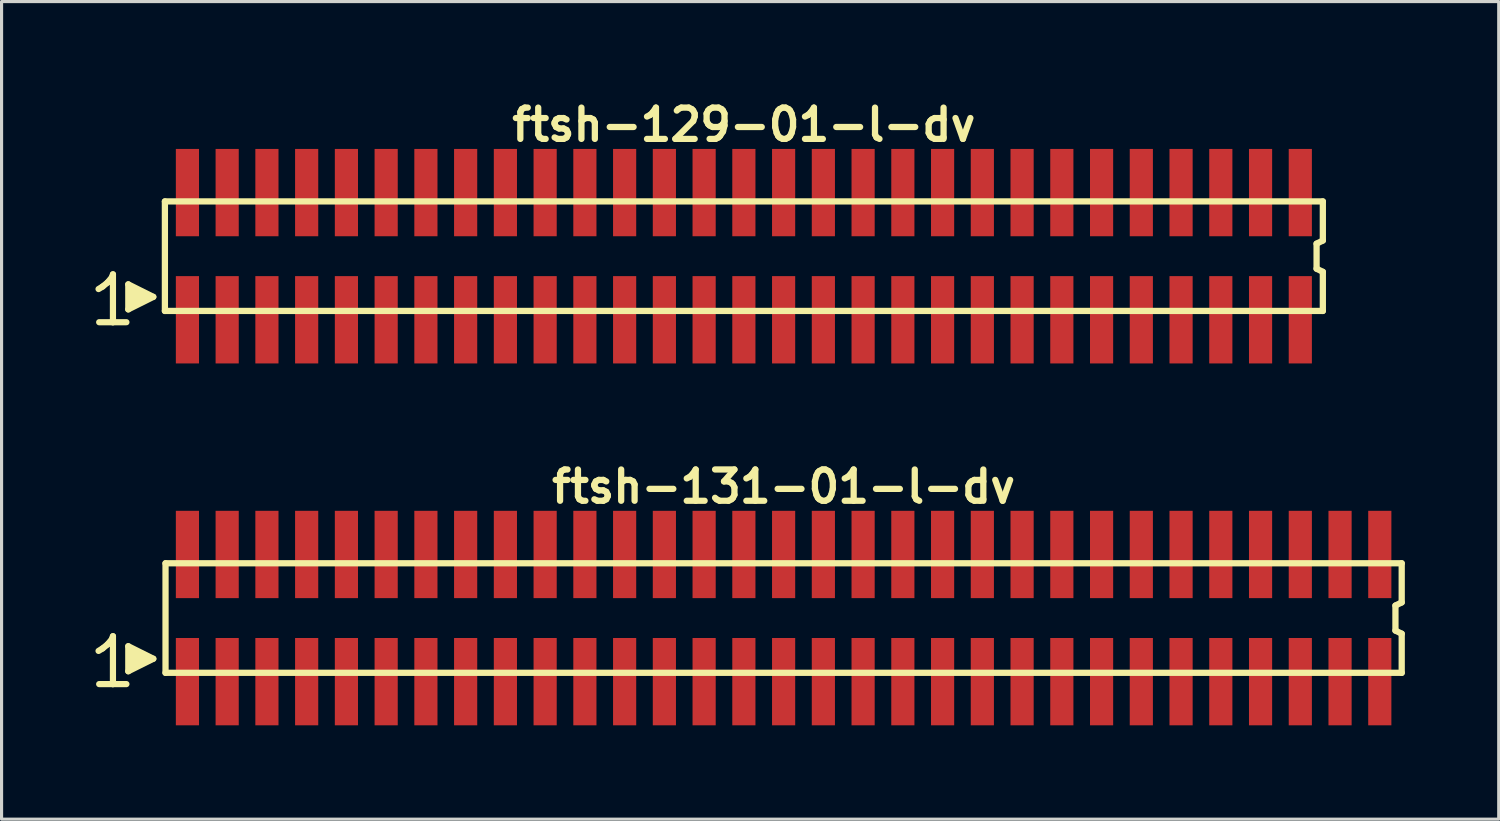
<source format=kicad_pcb>
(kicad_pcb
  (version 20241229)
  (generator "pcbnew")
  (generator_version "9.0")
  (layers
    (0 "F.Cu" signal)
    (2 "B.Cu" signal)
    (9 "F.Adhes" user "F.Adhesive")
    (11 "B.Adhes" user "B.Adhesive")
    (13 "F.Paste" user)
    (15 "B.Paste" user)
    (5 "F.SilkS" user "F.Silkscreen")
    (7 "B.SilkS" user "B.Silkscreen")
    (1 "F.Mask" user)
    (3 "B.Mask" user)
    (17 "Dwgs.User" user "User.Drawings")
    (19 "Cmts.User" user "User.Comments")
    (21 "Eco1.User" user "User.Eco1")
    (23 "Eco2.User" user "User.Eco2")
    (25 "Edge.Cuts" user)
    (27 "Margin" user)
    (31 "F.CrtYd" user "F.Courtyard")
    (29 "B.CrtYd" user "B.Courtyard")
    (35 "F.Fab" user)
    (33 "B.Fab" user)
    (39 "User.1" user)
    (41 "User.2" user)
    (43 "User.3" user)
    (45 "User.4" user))
  (footprint "ftsh-131-01-l-dv"
    (layer "F.Cu")
    (at 21.989 16.699)
    (property "Reference" "ftsh-131-01-l-dv" (at 0 -4.2 0) (layer "F.SilkS") (effects (font (size 1 1) (thickness 0.2))))
    (attr through_hole)
    (fp_line (start -21.89 1.05) (end -21.76 0.97) (stroke (width 0.198) (type solid)) (layer "F.SilkS"))
    (fp_line (start -21.76 0.97) (end -21.6 0.84) (stroke (width 0.198) (type solid)) (layer "F.SilkS"))
    (fp_line (start -21.6 0.84) (end -21.46 0.67) (stroke (width 0.198) (type solid)) (layer "F.SilkS"))
    (fp_line (start -21.46 0.67) (end -21.43 0.58) (stroke (width 0.198) (type solid)) (layer "F.SilkS"))
    (fp_line (start -21.43 0.58) (end -21.43 2.11) (stroke (width 0.198) (type solid)) (layer "F.SilkS"))
    (fp_line (start -21.43 2.11) (end -21.87 2.11) (stroke (width 0.198) (type solid)) (layer "F.SilkS"))
    (fp_line (start -21 2.11) (end -21.44 2.11) (stroke (width 0.198) (type solid)) (layer "F.SilkS"))
    (fp_line (start -20.94 0.9) (end -20.14 1.3) (stroke (width 0.198) (type solid)) (layer "F.SilkS"))
    (fp_line (start -20.94 1.7) (end -20.94 0.9) (stroke (width 0.198) (type solid)) (layer "F.SilkS"))
    (fp_line (start -20.84 1.6) (end -20.84 1) (stroke (width 0.198) (type solid)) (layer "F.SilkS"))
    (fp_line (start -20.74 1.1) (end -20.74 1.5) (stroke (width 0.198) (type solid)) (layer "F.SilkS"))
    (fp_line (start -20.64 1.5) (end -20.64 1.1) (stroke (width 0.198) (type solid)) (layer "F.SilkS"))
    (fp_line (start -20.54 1.2) (end -20.54 1.4) (stroke (width 0.198) (type solid)) (layer "F.SilkS"))
    (fp_line (start -20.44 1.4) (end -20.44 1.2) (stroke (width 0.198) (type solid)) (layer "F.SilkS"))
    (fp_line (start -20.14 1.3) (end -20.94 1.7) (stroke (width 0.198) (type solid)) (layer "F.SilkS"))
    (fp_line (start -19.75 -1.75) (end -19.75 1.75) (stroke (width 0.2) (type solid)) (layer "F.SilkS"))
    (fp_line (start -19.75 -1.75) (end 19.75 -1.75) (stroke (width 0.2) (type solid)) (layer "F.SilkS"))
    (fp_line (start -19.75 1.75) (end 19.75 1.75) (stroke (width 0.2) (type solid)) (layer "F.SilkS"))
    (fp_line (start 19.55 -0.4) (end 19.55 0.4) (stroke (width 0.2) (type solid)) (layer "F.SilkS"))
    (fp_line (start 19.55 0.4) (end 19.75 0.5) (stroke (width 0.2) (type solid)) (layer "F.SilkS"))
    (fp_line (start 19.75 -0.5) (end 19.55 -0.4) (stroke (width 0.2) (type solid)) (layer "F.SilkS"))
    (fp_line (start 19.75 -0.5) (end 19.75 -1.75) (stroke (width 0.2) (type solid)) (layer "F.SilkS"))
    (fp_line (start 19.75 0.5) (end 19.75 1.75) (stroke (width 0.2) (type solid)) (layer "F.SilkS"))
    (pad "1" smd rect (at -19.05 2.032) (size 0.74 2.79) (layers "F.Cu" "F.Mask" "F.Paste"))
    (pad "2" smd rect (at -19.05 -2.032) (size 0.74 2.79) (layers "F.Cu" "F.Mask" "F.Paste"))
    (pad "3" smd rect (at -17.78 2.032) (size 0.74 2.79) (layers "F.Cu" "F.Mask" "F.Paste"))
    (pad "4" smd rect (at -17.78 -2.032) (size 0.74 2.79) (layers "F.Cu" "F.Mask" "F.Paste"))
    (pad "5" smd rect (at -16.51 2.032) (size 0.74 2.79) (layers "F.Cu" "F.Mask" "F.Paste"))
    (pad "6" smd rect (at -16.51 -2.032) (size 0.74 2.79) (layers "F.Cu" "F.Mask" "F.Paste"))
    (pad "7" smd rect (at -15.24 2.032) (size 0.74 2.79) (layers "F.Cu" "F.Mask" "F.Paste"))
    (pad "8" smd rect (at -15.24 -2.032) (size 0.74 2.79) (layers "F.Cu" "F.Mask" "F.Paste"))
    (pad "9" smd rect (at -13.97 2.032) (size 0.74 2.79) (layers "F.Cu" "F.Mask" "F.Paste"))
    (pad "10" smd rect (at -13.97 -2.032) (size 0.74 2.79) (layers "F.Cu" "F.Mask" "F.Paste"))
    (pad "11" smd rect (at -12.7 2.032) (size 0.74 2.79) (layers "F.Cu" "F.Mask" "F.Paste"))
    (pad "12" smd rect (at -12.7 -2.032) (size 0.74 2.79) (layers "F.Cu" "F.Mask" "F.Paste"))
    (pad "13" smd rect (at -11.43 2.032) (size 0.74 2.79) (layers "F.Cu" "F.Mask" "F.Paste"))
    (pad "14" smd rect (at -11.43 -2.032) (size 0.74 2.79) (layers "F.Cu" "F.Mask" "F.Paste"))
    (pad "15" smd rect (at -10.16 2.032) (size 0.74 2.79) (layers "F.Cu" "F.Mask" "F.Paste"))
    (pad "16" smd rect (at -10.16 -2.032) (size 0.74 2.79) (layers "F.Cu" "F.Mask" "F.Paste"))
    (pad "17" smd rect (at -8.89 2.032) (size 0.74 2.79) (layers "F.Cu" "F.Mask" "F.Paste"))
    (pad "18" smd rect (at -8.89 -2.032) (size 0.74 2.79) (layers "F.Cu" "F.Mask" "F.Paste"))
    (pad "19" smd rect (at -7.62 2.032) (size 0.74 2.79) (layers "F.Cu" "F.Mask" "F.Paste"))
    (pad "20" smd rect (at -7.62 -2.032) (size 0.74 2.79) (layers "F.Cu" "F.Mask" "F.Paste"))
    (pad "21" smd rect (at -6.35 2.032) (size 0.74 2.79) (layers "F.Cu" "F.Mask" "F.Paste"))
    (pad "22" smd rect (at -6.35 -2.032) (size 0.74 2.79) (layers "F.Cu" "F.Mask" "F.Paste"))
    (pad "23" smd rect (at -5.08 2.032) (size 0.74 2.79) (layers "F.Cu" "F.Mask" "F.Paste"))
    (pad "24" smd rect (at -5.08 -2.032) (size 0.74 2.79) (layers "F.Cu" "F.Mask" "F.Paste"))
    (pad "25" smd rect (at -3.81 2.032) (size 0.74 2.79) (layers "F.Cu" "F.Mask" "F.Paste"))
    (pad "26" smd rect (at -3.81 -2.032) (size 0.74 2.79) (layers "F.Cu" "F.Mask" "F.Paste"))
    (pad "27" smd rect (at -2.54 2.032) (size 0.74 2.79) (layers "F.Cu" "F.Mask" "F.Paste"))
    (pad "28" smd rect (at -2.54 -2.032) (size 0.74 2.79) (layers "F.Cu" "F.Mask" "F.Paste"))
    (pad "29" smd rect (at -1.27 2.032) (size 0.74 2.79) (layers "F.Cu" "F.Mask" "F.Paste"))
    (pad "30" smd rect (at -1.27 -2.032) (size 0.74 2.79) (layers "F.Cu" "F.Mask" "F.Paste"))
    (pad "31" smd rect (at 0 2.032) (size 0.74 2.79) (layers "F.Cu" "F.Mask" "F.Paste"))
    (pad "32" smd rect (at 0 -2.032) (size 0.74 2.79) (layers "F.Cu" "F.Mask" "F.Paste"))
    (pad "33" smd rect (at 1.27 2.032) (size 0.74 2.79) (layers "F.Cu" "F.Mask" "F.Paste"))
    (pad "34" smd rect (at 1.27 -2.032) (size 0.74 2.79) (layers "F.Cu" "F.Mask" "F.Paste"))
    (pad "35" smd rect (at 2.54 2.032) (size 0.74 2.79) (layers "F.Cu" "F.Mask" "F.Paste"))
    (pad "36" smd rect (at 2.54 -2.032) (size 0.74 2.79) (layers "F.Cu" "F.Mask" "F.Paste"))
    (pad "37" smd rect (at 3.81 2.032) (size 0.74 2.79) (layers "F.Cu" "F.Mask" "F.Paste"))
    (pad "38" smd rect (at 3.81 -2.032) (size 0.74 2.79) (layers "F.Cu" "F.Mask" "F.Paste"))
    (pad "39" smd rect (at 5.08 2.032) (size 0.74 2.79) (layers "F.Cu" "F.Mask" "F.Paste"))
    (pad "40" smd rect (at 5.08 -2.032) (size 0.74 2.79) (layers "F.Cu" "F.Mask" "F.Paste"))
    (pad "41" smd rect (at 6.35 2.032) (size 0.74 2.79) (layers "F.Cu" "F.Mask" "F.Paste"))
    (pad "42" smd rect (at 6.35 -2.032) (size 0.74 2.79) (layers "F.Cu" "F.Mask" "F.Paste"))
    (pad "43" smd rect (at 7.62 2.032) (size 0.74 2.79) (layers "F.Cu" "F.Mask" "F.Paste"))
    (pad "44" smd rect (at 7.62 -2.032) (size 0.74 2.79) (layers "F.Cu" "F.Mask" "F.Paste"))
    (pad "45" smd rect (at 8.89 2.032) (size 0.74 2.79) (layers "F.Cu" "F.Mask" "F.Paste"))
    (pad "46" smd rect (at 8.89 -2.032) (size 0.74 2.79) (layers "F.Cu" "F.Mask" "F.Paste"))
    (pad "47" smd rect (at 10.16 2.032) (size 0.74 2.79) (layers "F.Cu" "F.Mask" "F.Paste"))
    (pad "48" smd rect (at 10.16 -2.032) (size 0.74 2.79) (layers "F.Cu" "F.Mask" "F.Paste"))
    (pad "49" smd rect (at 11.43 2.032) (size 0.74 2.79) (layers "F.Cu" "F.Mask" "F.Paste"))
    (pad "50" smd rect (at 11.43 -2.032) (size 0.74 2.79) (layers "F.Cu" "F.Mask" "F.Paste"))
    (pad "51" smd rect (at 12.7 2.032) (size 0.74 2.79) (layers "F.Cu" "F.Mask" "F.Paste"))
    (pad "52" smd rect (at 12.7 -2.032) (size 0.74 2.79) (layers "F.Cu" "F.Mask" "F.Paste"))
    (pad "53" smd rect (at 13.97 2.032) (size 0.74 2.79) (layers "F.Cu" "F.Mask" "F.Paste"))
    (pad "54" smd rect (at 13.97 -2.032) (size 0.74 2.79) (layers "F.Cu" "F.Mask" "F.Paste"))
    (pad "55" smd rect (at 15.24 2.032) (size 0.74 2.79) (layers "F.Cu" "F.Mask" "F.Paste"))
    (pad "56" smd rect (at 15.24 -2.032) (size 0.74 2.79) (layers "F.Cu" "F.Mask" "F.Paste"))
    (pad "57" smd rect (at 16.51 2.032) (size 0.74 2.79) (layers "F.Cu" "F.Mask" "F.Paste"))
    (pad "58" smd rect (at 16.51 -2.032) (size 0.74 2.79) (layers "F.Cu" "F.Mask" "F.Paste"))
    (pad "59" smd rect (at 17.78 2.032) (size 0.74 2.79) (layers "F.Cu" "F.Mask" "F.Paste"))
    (pad "60" smd rect (at 17.78 -2.032) (size 0.74 2.79) (layers "F.Cu" "F.Mask" "F.Paste"))
    (pad "61" smd rect (at 19.05 2.032) (size 0.74 2.79) (layers "F.Cu" "F.Mask" "F.Paste"))
    (pad "62" smd rect (at 19.05 -2.032) (size 0.74 2.79) (layers "F.Cu" "F.Mask" "F.Paste")))
  (footprint "ftsh-129-01-l-dv"
    (layer "F.Cu")
    (at 20.719 5.136)
    (property "Reference" "ftsh-129-01-l-dv" (at 0 -4.2 0) (layer "F.SilkS") (effects (font (size 1 1) (thickness 0.2))))
    (attr through_hole)
    (fp_line (start -20.62 1.05) (end -20.49 0.97) (stroke (width 0.198) (type solid)) (layer "F.SilkS"))
    (fp_line (start -20.49 0.97) (end -20.33 0.84) (stroke (width 0.198) (type solid)) (layer "F.SilkS"))
    (fp_line (start -20.33 0.84) (end -20.19 0.67) (stroke (width 0.198) (type solid)) (layer "F.SilkS"))
    (fp_line (start -20.19 0.67) (end -20.16 0.58) (stroke (width 0.198) (type solid)) (layer "F.SilkS"))
    (fp_line (start -20.16 0.58) (end -20.16 2.11) (stroke (width 0.198) (type solid)) (layer "F.SilkS"))
    (fp_line (start -20.16 2.11) (end -20.6 2.11) (stroke (width 0.198) (type solid)) (layer "F.SilkS"))
    (fp_line (start -19.73 2.11) (end -20.17 2.11) (stroke (width 0.198) (type solid)) (layer "F.SilkS"))
    (fp_line (start -19.67 0.9) (end -18.87 1.3) (stroke (width 0.198) (type solid)) (layer "F.SilkS"))
    (fp_line (start -19.67 1.7) (end -19.67 0.9) (stroke (width 0.198) (type solid)) (layer "F.SilkS"))
    (fp_line (start -19.57 1.6) (end -19.57 1) (stroke (width 0.198) (type solid)) (layer "F.SilkS"))
    (fp_line (start -19.47 1.1) (end -19.47 1.5) (stroke (width 0.198) (type solid)) (layer "F.SilkS"))
    (fp_line (start -19.37 1.5) (end -19.37 1.1) (stroke (width 0.198) (type solid)) (layer "F.SilkS"))
    (fp_line (start -19.27 1.2) (end -19.27 1.4) (stroke (width 0.198) (type solid)) (layer "F.SilkS"))
    (fp_line (start -19.17 1.4) (end -19.17 1.2) (stroke (width 0.198) (type solid)) (layer "F.SilkS"))
    (fp_line (start -18.87 1.3) (end -19.67 1.7) (stroke (width 0.198) (type solid)) (layer "F.SilkS"))
    (fp_line (start -18.5 -1.75) (end -18.5 1.75) (stroke (width 0.2) (type solid)) (layer "F.SilkS"))
    (fp_line (start -18.5 -1.75) (end 18.5 -1.75) (stroke (width 0.2) (type solid)) (layer "F.SilkS"))
    (fp_line (start -18.5 1.75) (end 18.5 1.75) (stroke (width 0.2) (type solid)) (layer "F.SilkS"))
    (fp_line (start 18.3 -0.4) (end 18.3 0.4) (stroke (width 0.2) (type solid)) (layer "F.SilkS"))
    (fp_line (start 18.3 0.4) (end 18.5 0.5) (stroke (width 0.2) (type solid)) (layer "F.SilkS"))
    (fp_line (start 18.5 -0.5) (end 18.3 -0.4) (stroke (width 0.2) (type solid)) (layer "F.SilkS"))
    (fp_line (start 18.5 -0.5) (end 18.5 -1.75) (stroke (width 0.2) (type solid)) (layer "F.SilkS"))
    (fp_line (start 18.5 0.5) (end 18.5 1.75) (stroke (width 0.2) (type solid)) (layer "F.SilkS"))
    (pad "1" smd rect (at -17.78 2.032) (size 0.74 2.79) (layers "F.Cu" "F.Mask" "F.Paste"))
    (pad "2" smd rect (at -17.78 -2.032) (size 0.74 2.79) (layers "F.Cu" "F.Mask" "F.Paste"))
    (pad "3" smd rect (at -16.51 2.032) (size 0.74 2.79) (layers "F.Cu" "F.Mask" "F.Paste"))
    (pad "4" smd rect (at -16.51 -2.032) (size 0.74 2.79) (layers "F.Cu" "F.Mask" "F.Paste"))
    (pad "5" smd rect (at -15.24 2.032) (size 0.74 2.79) (layers "F.Cu" "F.Mask" "F.Paste"))
    (pad "6" smd rect (at -15.24 -2.032) (size 0.74 2.79) (layers "F.Cu" "F.Mask" "F.Paste"))
    (pad "7" smd rect (at -13.97 2.032) (size 0.74 2.79) (layers "F.Cu" "F.Mask" "F.Paste"))
    (pad "8" smd rect (at -13.97 -2.032) (size 0.74 2.79) (layers "F.Cu" "F.Mask" "F.Paste"))
    (pad "9" smd rect (at -12.7 2.032) (size 0.74 2.79) (layers "F.Cu" "F.Mask" "F.Paste"))
    (pad "10" smd rect (at -12.7 -2.032) (size 0.74 2.79) (layers "F.Cu" "F.Mask" "F.Paste"))
    (pad "11" smd rect (at -11.43 2.032) (size 0.74 2.79) (layers "F.Cu" "F.Mask" "F.Paste"))
    (pad "12" smd rect (at -11.43 -2.032) (size 0.74 2.79) (layers "F.Cu" "F.Mask" "F.Paste"))
    (pad "13" smd rect (at -10.16 2.032) (size 0.74 2.79) (layers "F.Cu" "F.Mask" "F.Paste"))
    (pad "14" smd rect (at -10.16 -2.032) (size 0.74 2.79) (layers "F.Cu" "F.Mask" "F.Paste"))
    (pad "15" smd rect (at -8.89 2.032) (size 0.74 2.79) (layers "F.Cu" "F.Mask" "F.Paste"))
    (pad "16" smd rect (at -8.89 -2.032) (size 0.74 2.79) (layers "F.Cu" "F.Mask" "F.Paste"))
    (pad "17" smd rect (at -7.62 2.032) (size 0.74 2.79) (layers "F.Cu" "F.Mask" "F.Paste"))
    (pad "18" smd rect (at -7.62 -2.032) (size 0.74 2.79) (layers "F.Cu" "F.Mask" "F.Paste"))
    (pad "19" smd rect (at -6.35 2.032) (size 0.74 2.79) (layers "F.Cu" "F.Mask" "F.Paste"))
    (pad "20" smd rect (at -6.35 -2.032) (size 0.74 2.79) (layers "F.Cu" "F.Mask" "F.Paste"))
    (pad "21" smd rect (at -5.08 2.032) (size 0.74 2.79) (layers "F.Cu" "F.Mask" "F.Paste"))
    (pad "22" smd rect (at -5.08 -2.032) (size 0.74 2.79) (layers "F.Cu" "F.Mask" "F.Paste"))
    (pad "23" smd rect (at -3.81 2.032) (size 0.74 2.79) (layers "F.Cu" "F.Mask" "F.Paste"))
    (pad "24" smd rect (at -3.81 -2.032) (size 0.74 2.79) (layers "F.Cu" "F.Mask" "F.Paste"))
    (pad "25" smd rect (at -2.54 2.032) (size 0.74 2.79) (layers "F.Cu" "F.Mask" "F.Paste"))
    (pad "26" smd rect (at -2.54 -2.032) (size 0.74 2.79) (layers "F.Cu" "F.Mask" "F.Paste"))
    (pad "27" smd rect (at -1.27 2.032) (size 0.74 2.79) (layers "F.Cu" "F.Mask" "F.Paste"))
    (pad "28" smd rect (at -1.27 -2.032) (size 0.74 2.79) (layers "F.Cu" "F.Mask" "F.Paste"))
    (pad "29" smd rect (at 0 2.032) (size 0.74 2.79) (layers "F.Cu" "F.Mask" "F.Paste"))
    (pad "30" smd rect (at 0 -2.032) (size 0.74 2.79) (layers "F.Cu" "F.Mask" "F.Paste"))
    (pad "31" smd rect (at 1.27 2.032) (size 0.74 2.79) (layers "F.Cu" "F.Mask" "F.Paste"))
    (pad "32" smd rect (at 1.27 -2.032) (size 0.74 2.79) (layers "F.Cu" "F.Mask" "F.Paste"))
    (pad "33" smd rect (at 2.54 2.032) (size 0.74 2.79) (layers "F.Cu" "F.Mask" "F.Paste"))
    (pad "34" smd rect (at 2.54 -2.032) (size 0.74 2.79) (layers "F.Cu" "F.Mask" "F.Paste"))
    (pad "35" smd rect (at 3.81 2.032) (size 0.74 2.79) (layers "F.Cu" "F.Mask" "F.Paste"))
    (pad "36" smd rect (at 3.81 -2.032) (size 0.74 2.79) (layers "F.Cu" "F.Mask" "F.Paste"))
    (pad "37" smd rect (at 5.08 2.032) (size 0.74 2.79) (layers "F.Cu" "F.Mask" "F.Paste"))
    (pad "38" smd rect (at 5.08 -2.032) (size 0.74 2.79) (layers "F.Cu" "F.Mask" "F.Paste"))
    (pad "39" smd rect (at 6.35 2.032) (size 0.74 2.79) (layers "F.Cu" "F.Mask" "F.Paste"))
    (pad "40" smd rect (at 6.35 -2.032) (size 0.74 2.79) (layers "F.Cu" "F.Mask" "F.Paste"))
    (pad "41" smd rect (at 7.62 2.032) (size 0.74 2.79) (layers "F.Cu" "F.Mask" "F.Paste"))
    (pad "42" smd rect (at 7.62 -2.032) (size 0.74 2.79) (layers "F.Cu" "F.Mask" "F.Paste"))
    (pad "43" smd rect (at 8.89 2.032) (size 0.74 2.79) (layers "F.Cu" "F.Mask" "F.Paste"))
    (pad "44" smd rect (at 8.89 -2.032) (size 0.74 2.79) (layers "F.Cu" "F.Mask" "F.Paste"))
    (pad "45" smd rect (at 10.16 2.032) (size 0.74 2.79) (layers "F.Cu" "F.Mask" "F.Paste"))
    (pad "46" smd rect (at 10.16 -2.032) (size 0.74 2.79) (layers "F.Cu" "F.Mask" "F.Paste"))
    (pad "47" smd rect (at 11.43 2.032) (size 0.74 2.79) (layers "F.Cu" "F.Mask" "F.Paste"))
    (pad "48" smd rect (at 11.43 -2.032) (size 0.74 2.79) (layers "F.Cu" "F.Mask" "F.Paste"))
    (pad "49" smd rect (at 12.7 2.032) (size 0.74 2.79) (layers "F.Cu" "F.Mask" "F.Paste"))
    (pad "50" smd rect (at 12.7 -2.032) (size 0.74 2.79) (layers "F.Cu" "F.Mask" "F.Paste"))
    (pad "51" smd rect (at 13.97 2.032) (size 0.74 2.79) (layers "F.Cu" "F.Mask" "F.Paste"))
    (pad "52" smd rect (at 13.97 -2.032) (size 0.74 2.79) (layers "F.Cu" "F.Mask" "F.Paste"))
    (pad "53" smd rect (at 15.24 2.032) (size 0.74 2.79) (layers "F.Cu" "F.Mask" "F.Paste"))
    (pad "54" smd rect (at 15.24 -2.032) (size 0.74 2.79) (layers "F.Cu" "F.Mask" "F.Paste"))
    (pad "55" smd rect (at 16.51 2.032) (size 0.74 2.79) (layers "F.Cu" "F.Mask" "F.Paste"))
    (pad "56" smd rect (at 16.51 -2.032) (size 0.74 2.79) (layers "F.Cu" "F.Mask" "F.Paste"))
    (pad "57" smd rect (at 17.78 2.032) (size 0.74 2.79) (layers "F.Cu" "F.Mask" "F.Paste"))
    (pad "58" smd rect (at 17.78 -2.032) (size 0.74 2.79) (layers "F.Cu" "F.Mask" "F.Paste")))
  (gr_rect
    (start -3 -3)
    (end 44.839 23.126)
    (stroke (width 0.1) (type default))
    (fill no)
    (layer "Edge.Cuts")))
</source>
